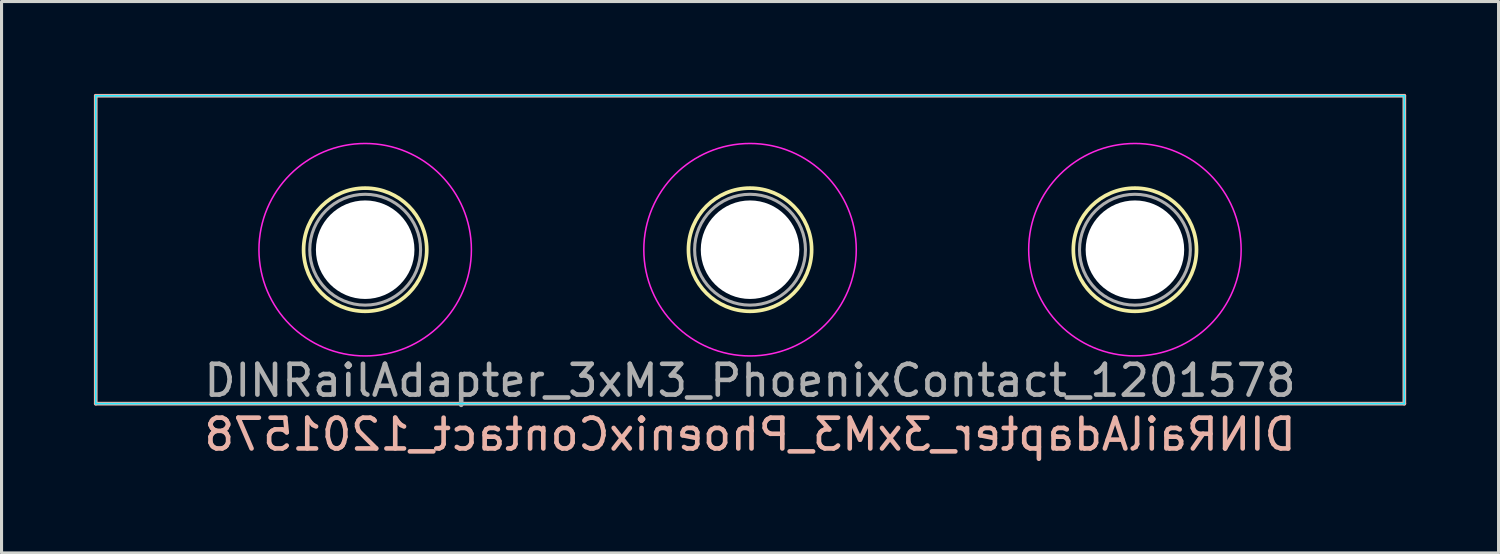
<source format=kicad_pcb>
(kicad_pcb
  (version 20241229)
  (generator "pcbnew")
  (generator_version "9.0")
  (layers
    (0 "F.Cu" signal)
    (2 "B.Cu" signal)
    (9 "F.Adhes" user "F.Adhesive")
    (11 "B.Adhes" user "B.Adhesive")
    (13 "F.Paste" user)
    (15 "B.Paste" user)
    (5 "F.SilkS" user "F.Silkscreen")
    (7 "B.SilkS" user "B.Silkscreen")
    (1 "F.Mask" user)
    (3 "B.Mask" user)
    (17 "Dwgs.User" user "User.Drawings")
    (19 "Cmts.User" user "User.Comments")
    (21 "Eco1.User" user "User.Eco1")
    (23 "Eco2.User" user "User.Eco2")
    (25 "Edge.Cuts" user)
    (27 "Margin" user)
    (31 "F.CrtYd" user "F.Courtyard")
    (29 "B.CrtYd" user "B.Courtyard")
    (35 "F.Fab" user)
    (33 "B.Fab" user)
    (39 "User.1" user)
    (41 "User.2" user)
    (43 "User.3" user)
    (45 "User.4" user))
  (footprint "DINRailAdapter_3xM3_PhoenixContact_1201578"
    (layer "F.Cu")
    (at 21.31 5.06)
    (property "Reference" "DINRailAdapter_3xM3_PhoenixContact_1201578" (at 0 6 0) (layer "B.SilkS") (effects (font (size 1 1) (thickness 0.15)) (justify mirror)))
    (attr through_hole)
    (fp_circle (center -12.5 0) (end -10.5 0) (stroke (width 0.12) (type solid)) (fill no) (layer "F.SilkS"))
    (fp_circle (center 0 0) (end 2 0) (stroke (width 0.12) (type solid)) (fill no) (layer "F.SilkS"))
    (fp_circle (center 12.5 0) (end 14.5 0) (stroke (width 0.12) (type solid)) (fill no) (layer "F.SilkS"))
    (fp_line (start -21.25 -5) (end -21.25 5) (stroke (width 0.12) (type solid)) (layer "B.SilkS"))
    (fp_line (start -21.25 5) (end 21.25 5) (stroke (width 0.12) (type solid)) (layer "B.SilkS"))
    (fp_line (start 21.25 -5) (end -21.25 -5) (stroke (width 0.12) (type solid)) (layer "B.SilkS"))
    (fp_line (start 21.25 5) (end 21.25 -5) (stroke (width 0.12) (type solid)) (layer "B.SilkS"))
    (fp_line (start -21.25 -5) (end 21.25 -5) (stroke (width 0.05) (type solid)) (layer "B.CrtYd"))
    (fp_line (start -21.25 5) (end -21.25 -5) (stroke (width 0.05) (type solid)) (layer "B.CrtYd"))
    (fp_line (start 21.25 -5) (end 21.25 5) (stroke (width 0.05) (type solid)) (layer "B.CrtYd"))
    (fp_line (start 21.25 5) (end -21.25 5) (stroke (width 0.05) (type solid)) (layer "B.CrtYd"))
    (fp_circle (center -12.5 0) (end -9.05 0) (stroke (width 0.05) (type solid)) (fill no) (layer "F.CrtYd"))
    (fp_circle (center 0 0) (end 3.45 0) (stroke (width 0.05) (type solid)) (fill no) (layer "F.CrtYd"))
    (fp_circle (center 12.5 0) (end 15.95 0) (stroke (width 0.05) (type solid)) (fill no) (layer "F.CrtYd"))
    (fp_circle (center -12.5 0) (end -10.7 0) (stroke (width 0.1) (type solid)) (fill no) (layer "F.Fab"))
    (fp_circle (center 0 0) (end 1.8 0) (stroke (width 0.1) (type solid)) (fill no) (layer "F.Fab"))
    (fp_circle (center 12.5 0) (end 14.3 0) (stroke (width 0.1) (type solid)) (fill no) (layer "F.Fab"))
    (fp_text user "${REFERENCE}" (at 0 4.25 0) (layer "F.Fab") (effects (font (size 1 1) (thickness 0.15))))
    (pad "" np_thru_hole circle (at -12.5 0) (size 3.2 3.2) (drill 3.2) (layers "*.Cu" "*.Mask"))
    (pad "" np_thru_hole circle (at 0 0) (size 3.2 3.2) (drill 3.2) (layers "*.Cu" "*.Mask"))
    (pad "" np_thru_hole circle (at 12.5 0) (size 3.2 3.2) (drill 3.2) (layers "*.Cu" "*.Mask")))
  (gr_rect
    (start -3 -3)
    (end 45.62 14.908)
    (stroke (width 0.1) (type default))
    (fill no)
    (layer "Edge.Cuts")))
</source>
